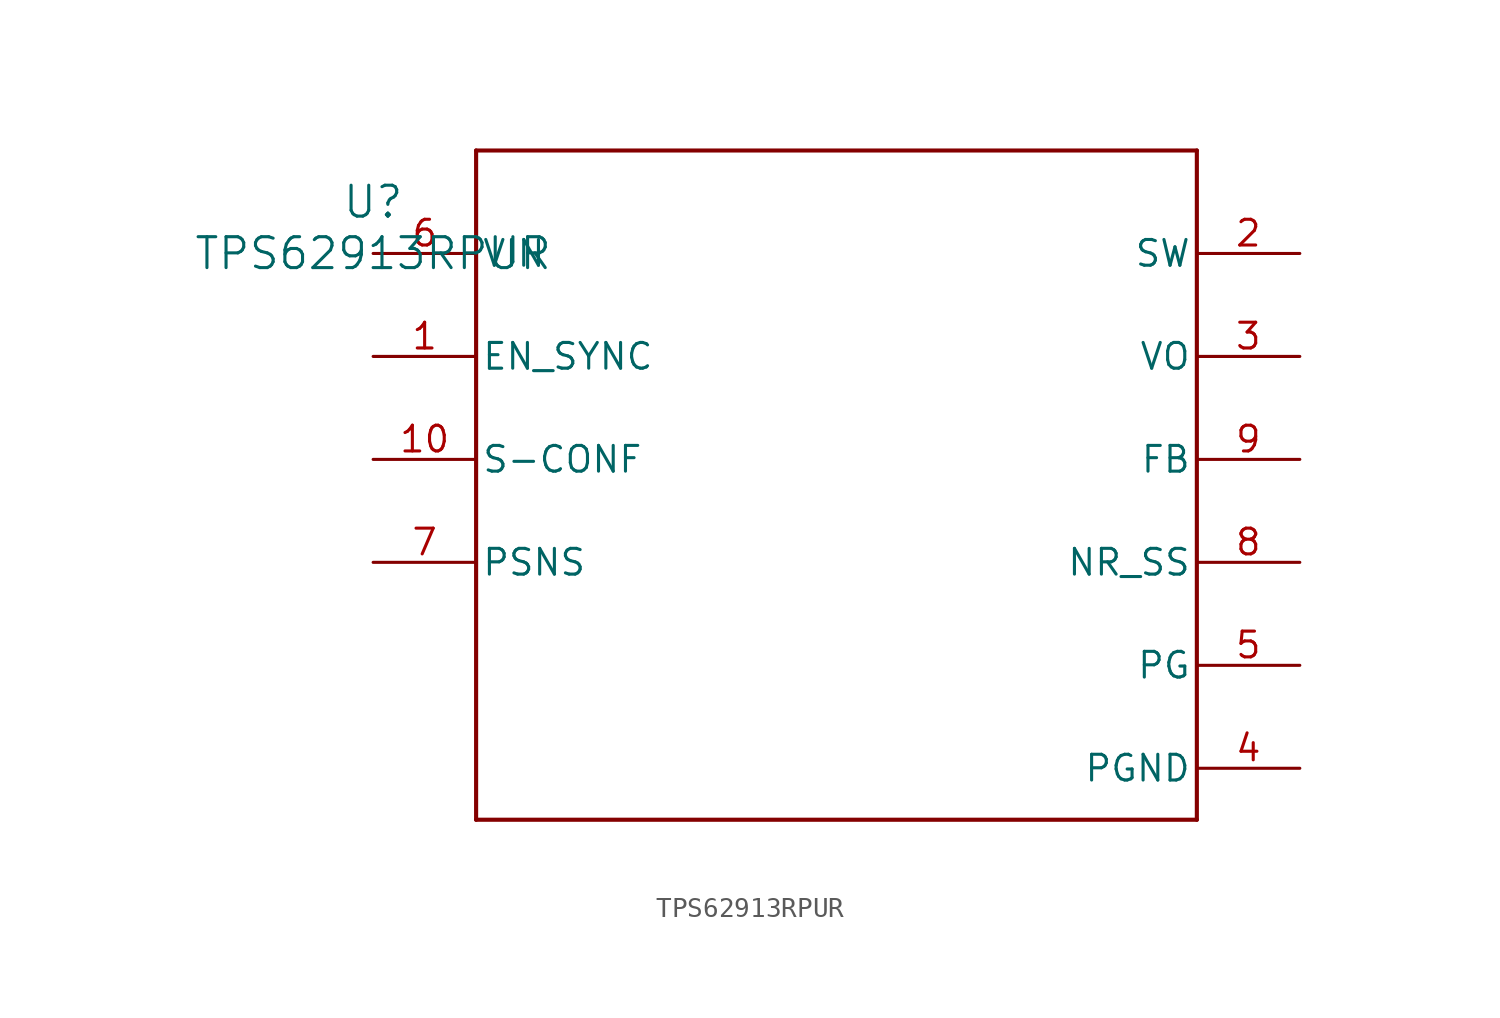
<source format=kicad_sym>
(kicad_symbol_lib
  (version 20211014)
  (generator kicad_symbol_editor)
  (symbol "TPS62913RPUR"
    (pin_names
      (offset 0.254))
    (property "Reference" "U"
      (at 0 2.54 0)
      (effects (font (size 1.524 1.524))))
    (property "Value" "TPS62913RPUR"
      (at 0 0 0)
      (effects (font (size 1.524 1.524))))
    (symbol "TPS62913RPUR_0_1"
      (polyline (pts (xy 5.08 -27.94) (xy 40.64 -27.94)) (stroke (width 0.203) (type default) (color 0 0 0 0)) (fill (type none)))
      (polyline (pts (xy 40.64 -27.94) (xy 40.64 5.08)) (stroke (width 0.203) (type default) (color 0 0 0 0)) (fill (type none)))
      (polyline (pts (xy 40.64 5.08) (xy 5.08 5.08)) (stroke (width 0.203) (type default) (color 0 0 0 0)) (fill (type none)))
      (polyline (pts (xy 5.08 5.08) (xy 5.08 -27.94)) (stroke (width 0.203) (type default) (color 0 0 0 0)) (fill (type none)))
      (pin input line (at 0 -5.08 0) (length 5.08) (name "EN_SYNC" (effects (font (size 1.27 1.27)))) (number "1" (effects (font (size 1.27 1.27)))))
      (pin unspecified line (at 45.72 0 180) (length 5.08) (name "SW" (effects (font (size 1.27 1.27)))) (number "2" (effects (font (size 1.27 1.27)))))
      (pin unspecified line (at 45.72 -5.08 180) (length 5.08) (name "VO" (effects (font (size 1.27 1.27)))) (number "3" (effects (font (size 1.27 1.27)))))
      (pin power_in line (at 45.72 -25.4 180) (length 5.08) (name "PGND" (effects (font (size 1.27 1.27)))) (number "4" (effects (font (size 1.27 1.27)))))
      (pin open_collector line (at 45.72 -20.32 180) (length 5.08) (name "PG" (effects (font (size 1.27 1.27)))) (number "5" (effects (font (size 1.27 1.27)))))
      (pin power_in line (at 0 0 0) (length 5.08) (name "VIN" (effects (font (size 1.27 1.27)))) (number "6" (effects (font (size 1.27 1.27)))))
      (pin unspecified line (at 0 -15.24 0) (length 5.08) (name "PSNS" (effects (font (size 1.27 1.27)))) (number "7" (effects (font (size 1.27 1.27)))))
      (pin unspecified line (at 45.72 -15.24 180) (length 5.08) (name "NR_SS" (effects (font (size 1.27 1.27)))) (number "8" (effects (font (size 1.27 1.27)))))
      (pin unspecified line (at 45.72 -10.16 180) (length 5.08) (name "FB" (effects (font (size 1.27 1.27)))) (number "9" (effects (font (size 1.27 1.27)))))
      (pin unspecified line (at 0 -10.16 0) (length 5.08) (name "S-CONF" (effects (font (size 1.27 1.27)))) (number "10" (effects (font (size 1.27 1.27))))))))
</source>
